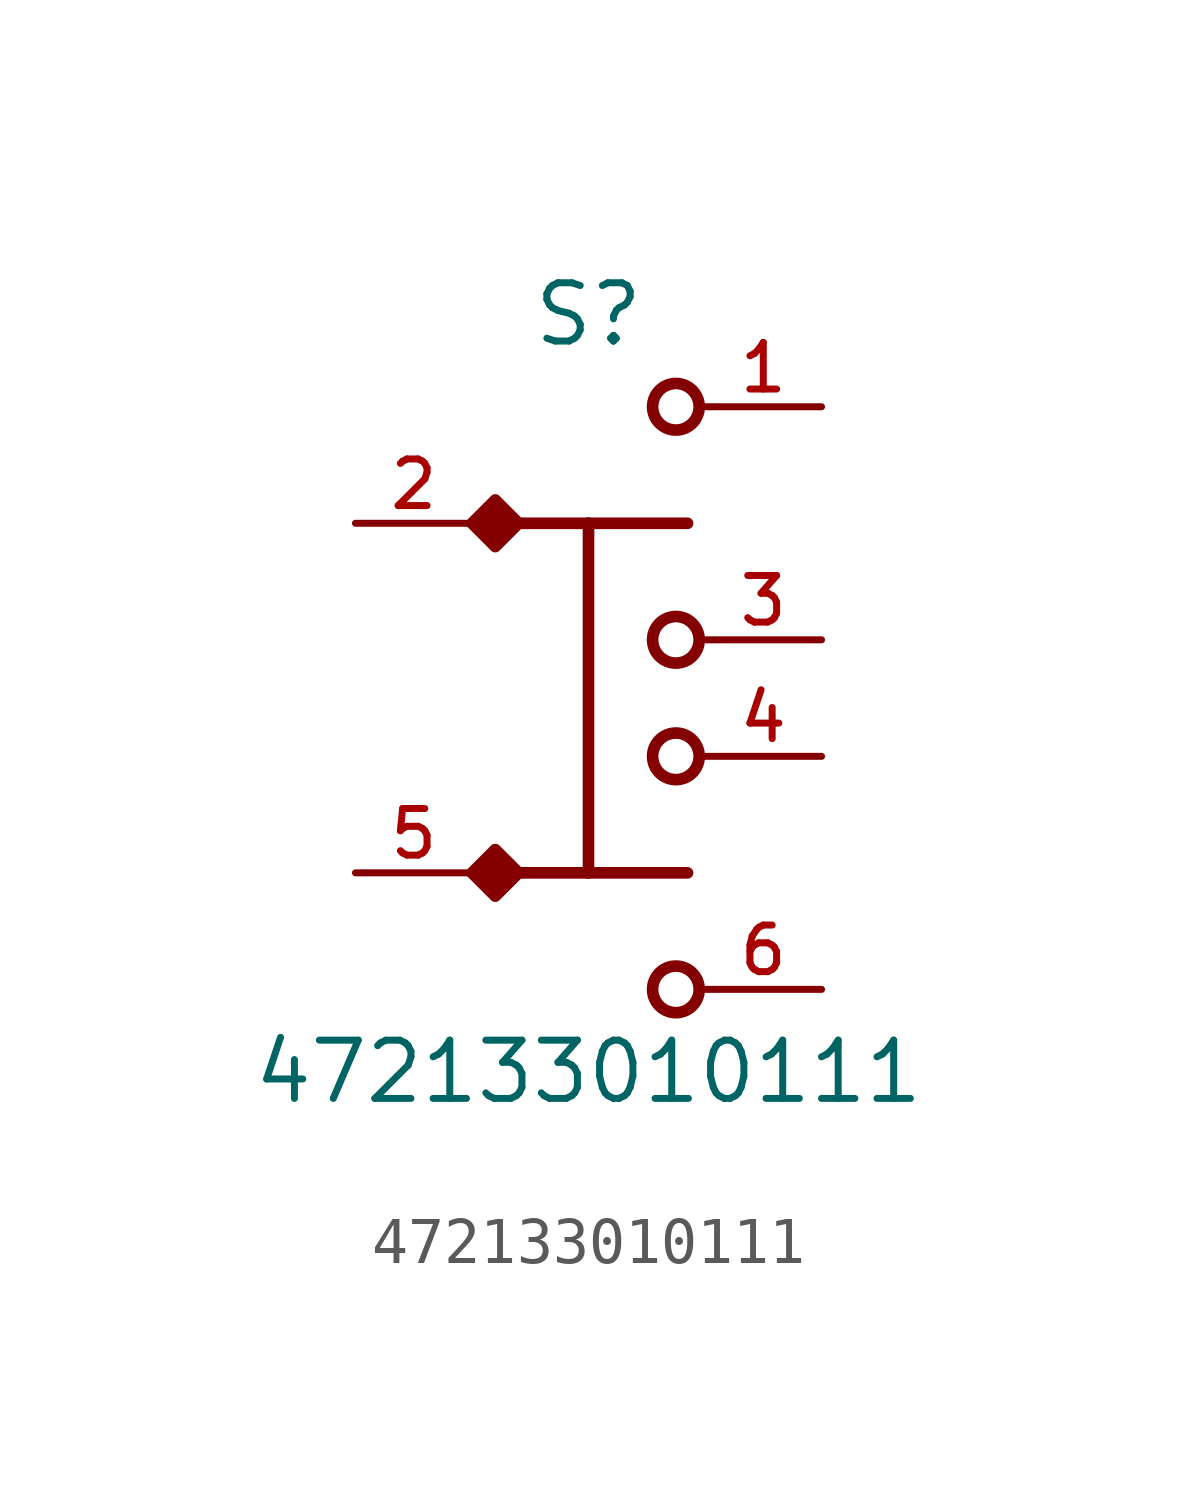
<source format=kicad_sym>
(kicad_symbol_lib
  (version 20211014)
  (generator kicad_symbol_editor)
  (symbol "472133010111"
    (pin_names
      (offset 1.016))
    (property "Reference" "S"
      (at 0.0 6.35 0)
      (effects (font (size 1.27 1.27)) (justify bottom)))
    (property "Value" "472133010111"
      (at 0.0 -10.16 0)
      (effects (font (size 1.27 1.27)) (justify bottom)))
    (symbol "472133010111_0_0"
      (circle (center 1.905 0.0) (radius 0.508) (stroke (width 0.254)) (fill (type none)))
      (circle (center 1.905 5.08) (radius 0.508) (stroke (width 0.254)) (fill (type none)))
      (circle (center 1.905 -7.62) (radius 0.508) (stroke (width 0.254)) (fill (type none)))
      (circle (center 1.905 -2.54) (radius 0.508) (stroke (width 0.254)) (fill (type none)))
      (polyline (pts (xy -2.032 2.032) (xy -2.54 2.54) (xy -2.032 3.048) (xy -1.524 2.54) (xy -2.032 2.032)) (stroke (width 0.254)) (fill (type outline)))
      (polyline (pts (xy -2.032 -5.588) (xy -2.54 -5.08) (xy -2.032 -4.572) (xy -1.524 -5.08) (xy -2.032 -5.588)) (stroke (width 0.254)) (fill (type outline)))
      (polyline (pts (xy -1.905 2.54) (xy 0.0 2.54)) (stroke (width 0.254)))
      (polyline (pts (xy 0.0 2.54) (xy 2.159 2.54)) (stroke (width 0.254)))
      (polyline (pts (xy -1.905 -5.08) (xy 0.0 -5.08)) (stroke (width 0.254)))
      (polyline (pts (xy 0.0 -5.08) (xy 2.159 -5.08)) (stroke (width 0.254)))
      (polyline (pts (xy 0.0 2.54) (xy 0.0 -5.08)) (stroke (width 0.254)))
      (pin passive line (at -5.08 2.54 0) (length 2.54) (name "~" (effects (font (size 1.016 1.016)))) (number "2" (effects (font (size 1.016 1.016)))))
      (pin passive line (at 5.08 5.08 180.0) (length 2.54) (name "~" (effects (font (size 1.016 1.016)))) (number "1" (effects (font (size 1.016 1.016)))))
      (pin passive line (at 5.08 0.0 180.0) (length 2.54) (name "~" (effects (font (size 1.016 1.016)))) (number "3" (effects (font (size 1.016 1.016)))))
      (pin passive line (at -5.08 -5.08 0) (length 2.54) (name "~" (effects (font (size 1.016 1.016)))) (number "5" (effects (font (size 1.016 1.016)))))
      (pin passive line (at 5.08 -2.54 180.0) (length 2.54) (name "~" (effects (font (size 1.016 1.016)))) (number "4" (effects (font (size 1.016 1.016)))))
      (pin passive line (at 5.08 -7.62 180.0) (length 2.54) (name "~" (effects (font (size 1.016 1.016)))) (number "6" (effects (font (size 1.016 1.016))))))))
</source>
